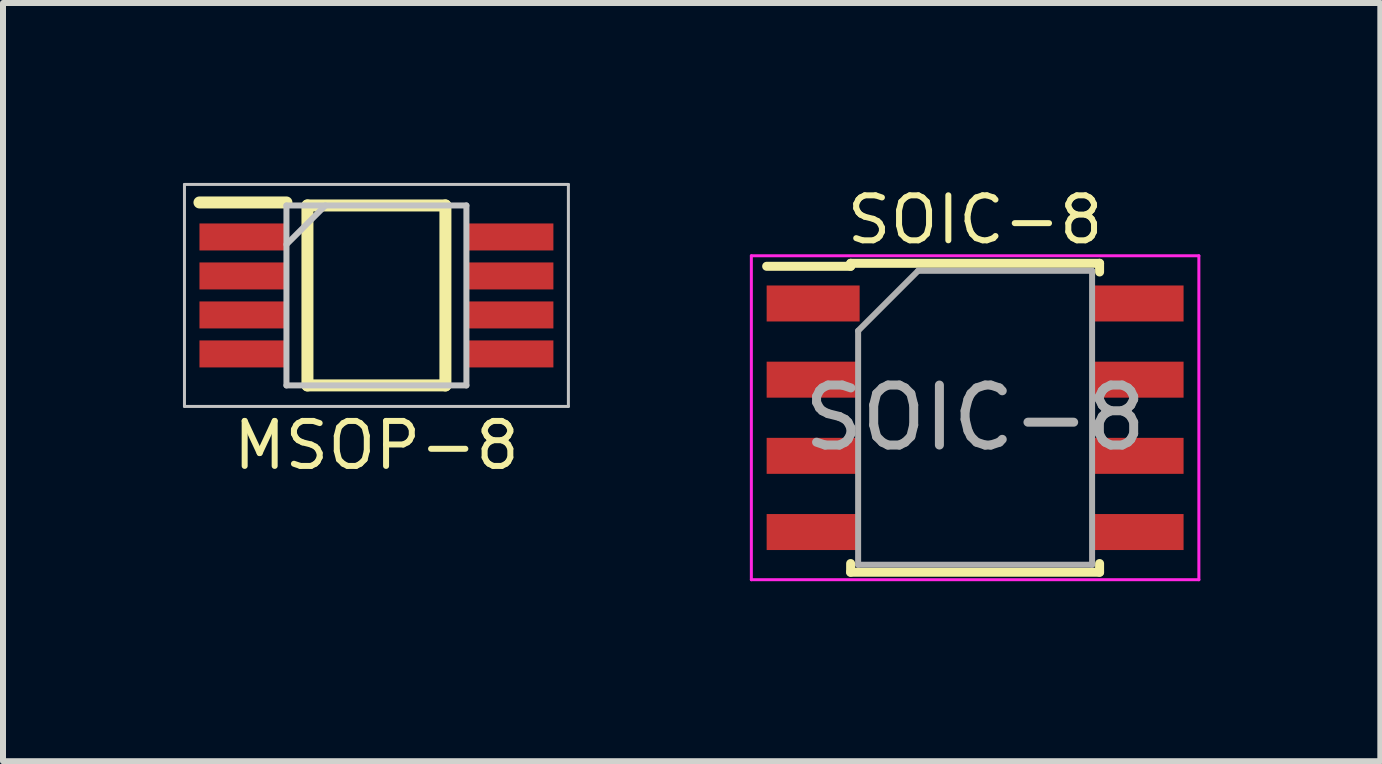
<source format=kicad_pcb>
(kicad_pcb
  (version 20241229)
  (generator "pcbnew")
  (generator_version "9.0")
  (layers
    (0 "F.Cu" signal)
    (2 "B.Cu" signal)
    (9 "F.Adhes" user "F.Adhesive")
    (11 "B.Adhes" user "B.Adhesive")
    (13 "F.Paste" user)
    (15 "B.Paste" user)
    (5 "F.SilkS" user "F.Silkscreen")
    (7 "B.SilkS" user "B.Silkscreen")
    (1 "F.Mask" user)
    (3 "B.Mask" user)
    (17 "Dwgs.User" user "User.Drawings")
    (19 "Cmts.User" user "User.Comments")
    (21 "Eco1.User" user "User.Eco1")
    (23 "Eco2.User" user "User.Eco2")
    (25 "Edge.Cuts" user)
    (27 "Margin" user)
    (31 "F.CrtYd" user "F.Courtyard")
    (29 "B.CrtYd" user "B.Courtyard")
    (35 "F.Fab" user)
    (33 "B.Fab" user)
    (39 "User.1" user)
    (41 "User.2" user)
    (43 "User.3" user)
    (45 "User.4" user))
  (footprint "SOIC-8"
    (layer "F.Cu")
    (at 13.205 3.914)
    (property "Reference" "SOIC-8" (at 0 -3.3 0) (layer "F.SilkS") (effects (font (size 0.75 0.75) (thickness 0.1))))
    (attr smd)
    (fp_line (start -2.075 -2.575) (end -2.075 -2.525) (stroke (width 0.15) (type solid)) (layer "F.SilkS"))
    (fp_line (start -2.075 -2.575) (end 2.075 -2.575) (stroke (width 0.15) (type solid)) (layer "F.SilkS"))
    (fp_line (start -2.075 -2.525) (end -3.475 -2.525) (stroke (width 0.15) (type solid)) (layer "F.SilkS"))
    (fp_line (start -2.075 2.575) (end -2.075 2.43) (stroke (width 0.15) (type solid)) (layer "F.SilkS"))
    (fp_line (start -2.075 2.575) (end 2.075 2.575) (stroke (width 0.15) (type solid)) (layer "F.SilkS"))
    (fp_line (start 2.075 -2.575) (end 2.075 -2.43) (stroke (width 0.15) (type solid)) (layer "F.SilkS"))
    (fp_line (start 2.075 2.575) (end 2.075 2.43) (stroke (width 0.15) (type solid)) (layer "F.SilkS"))
    (fp_line (start -3.73 -2.7) (end -3.73 2.7) (stroke (width 0.05) (type solid)) (layer "F.CrtYd"))
    (fp_line (start -3.73 -2.7) (end 3.73 -2.7) (stroke (width 0.05) (type solid)) (layer "F.CrtYd"))
    (fp_line (start -3.73 2.7) (end 3.73 2.7) (stroke (width 0.05) (type solid)) (layer "F.CrtYd"))
    (fp_line (start 3.73 -2.7) (end 3.73 2.7) (stroke (width 0.05) (type solid)) (layer "F.CrtYd"))
    (fp_line (start -1.95 -1.45) (end -0.95 -2.45) (stroke (width 0.1) (type solid)) (layer "F.Fab"))
    (fp_line (start -1.95 2.45) (end -1.95 -1.45) (stroke (width 0.1) (type solid)) (layer "F.Fab"))
    (fp_line (start -0.95 -2.45) (end 1.95 -2.45) (stroke (width 0.1) (type solid)) (layer "F.Fab"))
    (fp_line (start 1.95 -2.45) (end 1.95 2.45) (stroke (width 0.1) (type solid)) (layer "F.Fab"))
    (fp_line (start 1.95 2.45) (end -1.95 2.45) (stroke (width 0.1) (type solid)) (layer "F.Fab"))
    (fp_text user "${REFERENCE}" (at 0 0 0) (layer "F.Fab") (effects (font (size 1 1) (thickness 0.15))))
    (pad "1" smd rect (at -2.7 -1.905) (size 1.55 0.6) (layers "F.Cu" "F.Mask" "F.Paste"))
    (pad "2" smd rect (at -2.7 -0.635) (size 1.55 0.6) (layers "F.Cu" "F.Mask" "F.Paste"))
    (pad "3" smd rect (at -2.7 0.635) (size 1.55 0.6) (layers "F.Cu" "F.Mask" "F.Paste"))
    (pad "4" smd rect (at -2.7 1.905) (size 1.55 0.6) (layers "F.Cu" "F.Mask" "F.Paste"))
    (pad "5" smd rect (at 2.7 1.905) (size 1.55 0.6) (layers "F.Cu" "F.Mask" "F.Paste"))
    (pad "6" smd rect (at 2.7 0.635) (size 1.55 0.6) (layers "F.Cu" "F.Mask" "F.Paste"))
    (pad "7" smd rect (at 2.7 -0.635) (size 1.55 0.6) (layers "F.Cu" "F.Mask" "F.Paste"))
    (pad "8" smd rect (at 2.7 -1.905) (size 1.55 0.6) (layers "F.Cu" "F.Mask" "F.Paste")))
  (footprint "MSOP-8"
    (layer "F.Cu")
    (at 3.225 1.875)
    (property "Reference" "MSOP-8" (at 0 2.5 180) (layer "F.SilkS") (effects (font (size 0.75 0.75) (thickness 0.1))))
    (attr smd)
    (fp_line (start -2.95 -1.55) (end -1.5 -1.55) (stroke (width 0.2) (type solid)) (layer "F.SilkS"))
    (fp_line (start -1.15 -1.5) (end 1.15 -1.5) (stroke (width 0.2) (type solid)) (layer "F.SilkS"))
    (fp_line (start -1.15 1.5) (end -1.15 -1.5) (stroke (width 0.2) (type solid)) (layer "F.SilkS"))
    (fp_line (start 1.15 -1.5) (end 1.15 1.5) (stroke (width 0.2) (type solid)) (layer "F.SilkS"))
    (fp_line (start 1.15 1.5) (end -1.15 1.5) (stroke (width 0.2) (type solid)) (layer "F.SilkS"))
    (fp_line (start -3.2 -1.85) (end 3.2 -1.85) (stroke (width 0.05) (type solid)) (layer "Dwgs.User"))
    (fp_line (start -3.2 1.85) (end -3.2 -1.85) (stroke (width 0.05) (type solid)) (layer "Dwgs.User"))
    (fp_line (start -1.5 -1.5) (end 1.5 -1.5) (stroke (width 0.1) (type solid)) (layer "Dwgs.User"))
    (fp_line (start -1.5 -0.85) (end -0.85 -1.5) (stroke (width 0.1) (type solid)) (layer "Dwgs.User"))
    (fp_line (start -1.5 1.5) (end -1.5 -1.5) (stroke (width 0.1) (type solid)) (layer "Dwgs.User"))
    (fp_line (start 1.5 -1.5) (end 1.5 1.5) (stroke (width 0.1) (type solid)) (layer "Dwgs.User"))
    (fp_line (start 1.5 1.5) (end -1.5 1.5) (stroke (width 0.1) (type solid)) (layer "Dwgs.User"))
    (fp_line (start 3.2 -1.85) (end 3.2 1.85) (stroke (width 0.05) (type solid)) (layer "Dwgs.User"))
    (fp_line (start 3.2 1.85) (end -3.2 1.85) (stroke (width 0.05) (type solid)) (layer "Dwgs.User"))
    (pad "1" smd rect (at -2.225 -0.975 90) (size 0.45 1.45) (layers "F.Cu" "F.Mask" "F.Paste"))
    (pad "2" smd rect (at -2.225 -0.325 90) (size 0.45 1.45) (layers "F.Cu" "F.Mask" "F.Paste"))
    (pad "3" smd rect (at -2.225 0.325 90) (size 0.45 1.45) (layers "F.Cu" "F.Mask" "F.Paste"))
    (pad "4" smd rect (at -2.225 0.975 90) (size 0.45 1.45) (layers "F.Cu" "F.Mask" "F.Paste"))
    (pad "5" smd rect (at 2.225 0.975 90) (size 0.45 1.45) (layers "F.Cu" "F.Mask" "F.Paste"))
    (pad "6" smd rect (at 2.225 0.325 90) (size 0.45 1.45) (layers "F.Cu" "F.Mask" "F.Paste"))
    (pad "7" smd rect (at 2.225 -0.325 90) (size 0.45 1.45) (layers "F.Cu" "F.Mask" "F.Paste"))
    (pad "8" smd rect (at 2.225 -0.975 90) (size 0.45 1.45) (layers "F.Cu" "F.Mask" "F.Paste")))
  (gr_rect
    (start -3 -3)
    (end 19.96 9.639)
    (stroke (width 0.1) (type default))
    (fill no)
    (layer "Edge.Cuts")))
</source>
